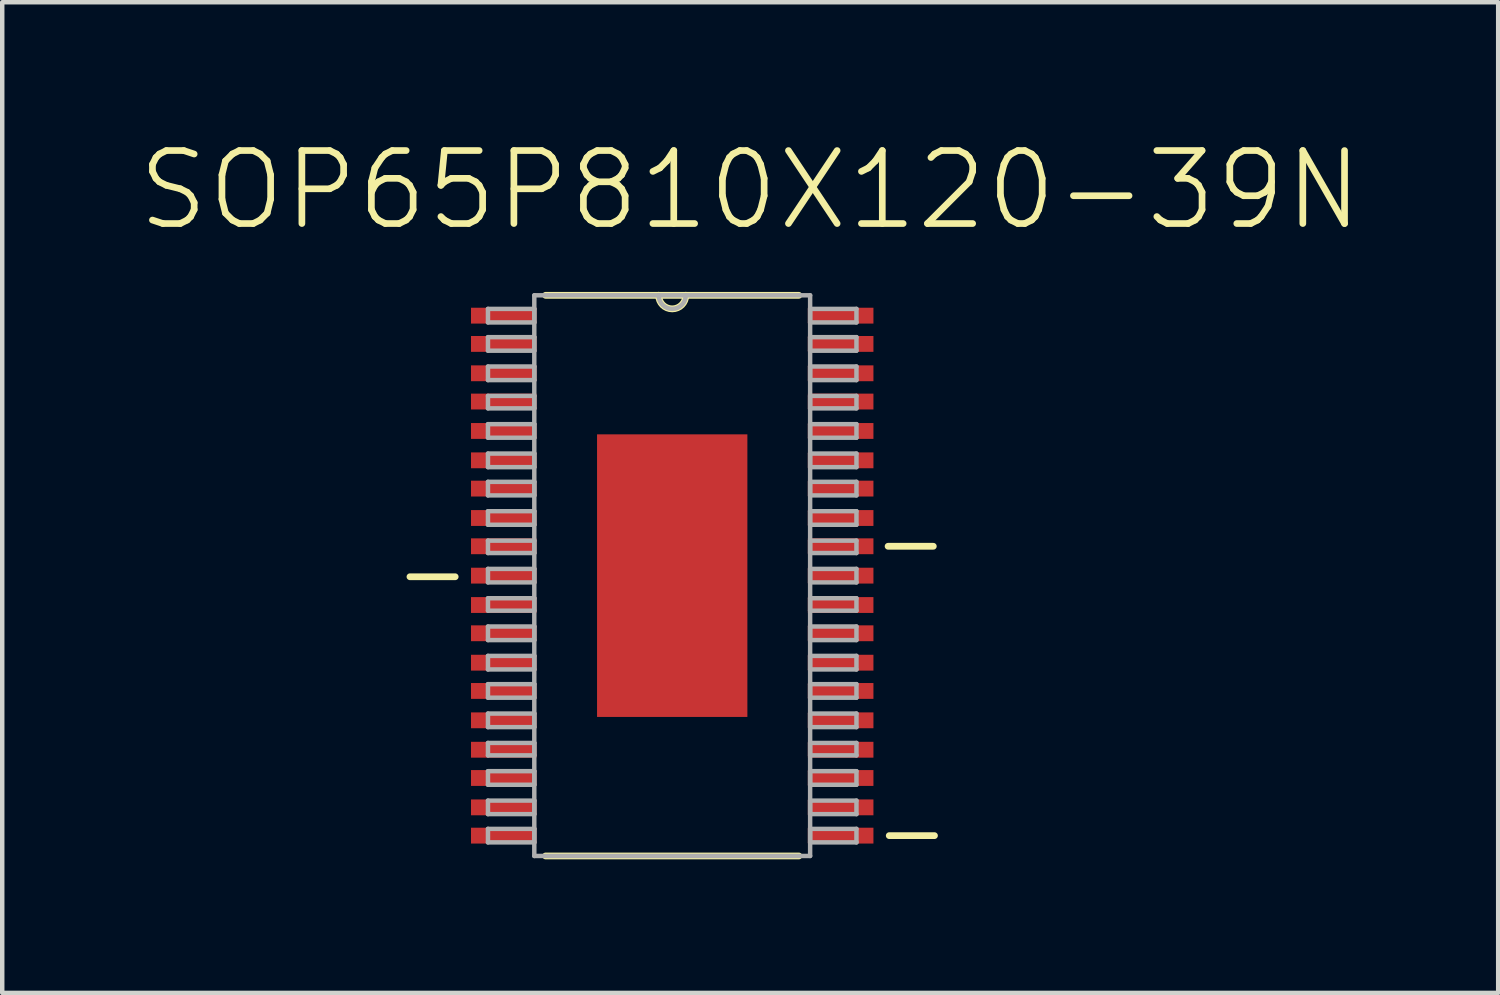
<source format=kicad_pcb>
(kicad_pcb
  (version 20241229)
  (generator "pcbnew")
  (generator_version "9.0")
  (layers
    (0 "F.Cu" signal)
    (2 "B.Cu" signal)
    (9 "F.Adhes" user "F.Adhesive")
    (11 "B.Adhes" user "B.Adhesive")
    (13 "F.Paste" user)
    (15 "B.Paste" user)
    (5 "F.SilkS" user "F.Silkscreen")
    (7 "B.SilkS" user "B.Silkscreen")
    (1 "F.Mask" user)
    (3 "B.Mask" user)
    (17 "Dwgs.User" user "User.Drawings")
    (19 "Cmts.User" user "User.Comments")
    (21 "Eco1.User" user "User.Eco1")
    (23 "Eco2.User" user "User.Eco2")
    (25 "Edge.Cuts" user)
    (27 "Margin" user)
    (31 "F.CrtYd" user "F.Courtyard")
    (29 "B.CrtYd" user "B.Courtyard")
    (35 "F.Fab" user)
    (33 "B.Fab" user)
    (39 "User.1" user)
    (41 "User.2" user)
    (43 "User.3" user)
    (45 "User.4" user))
  (footprint "SOP65P810X120-39N"
    (layer "F.Cu")
    (at 12.055 9.885)
    (property "Reference" "SOP65P810X120-39N" (at 1.753 -8.663 0) (layer "F.SilkS") (effects (font (size 1.64 1.64) (thickness 0.15))))
    (attr through_hole)
    (fp_line (start -4.877 0.025) (end -5.893 0.025) (stroke (width 0.152) (type solid)) (layer "F.SilkS"))
    (fp_line (start -2.845 6.299) (end 2.845 6.299) (stroke (width 0.152) (type solid)) (layer "F.SilkS"))
    (fp_line (start -0.305 -6.299) (end -2.845 -6.299) (stroke (width 0.152) (type solid)) (layer "F.SilkS"))
    (fp_line (start 0.305 -6.299) (end -0.305 -6.299) (stroke (width 0.152) (type solid)) (layer "F.SilkS"))
    (fp_line (start 2.845 -6.299) (end 0.305 -6.299) (stroke (width 0.152) (type solid)) (layer "F.SilkS"))
    (fp_line (start 5.867 -0.66) (end 4.851 -0.66) (stroke (width 0.152) (type solid)) (layer "F.SilkS"))
    (fp_line (start 5.893 5.842) (end 4.877 5.842) (stroke (width 0.152) (type solid)) (layer "F.SilkS"))
    (fp_arc (start 0.3048 -6.2992) (mid 0 -5.9944) (end -0.3048 -6.2992) (stroke (width 0.1524) (type solid)) (layer "F.SilkS"))
    (fp_line (start -4.14 -5.994) (end -4.14 -5.69) (stroke (width 0.1) (type solid)) (layer "F.Fab"))
    (fp_line (start -4.14 -5.69) (end -3.099 -5.69) (stroke (width 0.1) (type solid)) (layer "F.Fab"))
    (fp_line (start -4.14 -5.359) (end -4.14 -5.055) (stroke (width 0.1) (type solid)) (layer "F.Fab"))
    (fp_line (start -4.14 -5.055) (end -3.099 -5.055) (stroke (width 0.1) (type solid)) (layer "F.Fab"))
    (fp_line (start -4.14 -4.699) (end -4.14 -4.394) (stroke (width 0.1) (type solid)) (layer "F.Fab"))
    (fp_line (start -4.14 -4.394) (end -3.099 -4.394) (stroke (width 0.1) (type solid)) (layer "F.Fab"))
    (fp_line (start -4.14 -4.039) (end -4.14 -3.759) (stroke (width 0.1) (type solid)) (layer "F.Fab"))
    (fp_line (start -4.14 -3.759) (end -3.099 -3.759) (stroke (width 0.1) (type solid)) (layer "F.Fab"))
    (fp_line (start -4.14 -3.404) (end -4.14 -3.099) (stroke (width 0.1) (type solid)) (layer "F.Fab"))
    (fp_line (start -4.14 -3.099) (end -3.099 -3.099) (stroke (width 0.1) (type solid)) (layer "F.Fab"))
    (fp_line (start -4.14 -2.743) (end -4.14 -2.438) (stroke (width 0.1) (type solid)) (layer "F.Fab"))
    (fp_line (start -4.14 -2.438) (end -3.099 -2.438) (stroke (width 0.1) (type solid)) (layer "F.Fab"))
    (fp_line (start -4.14 -2.108) (end -4.14 -1.803) (stroke (width 0.1) (type solid)) (layer "F.Fab"))
    (fp_line (start -4.14 -1.803) (end -3.099 -1.803) (stroke (width 0.1) (type solid)) (layer "F.Fab"))
    (fp_line (start -4.14 -1.448) (end -4.14 -1.143) (stroke (width 0.1) (type solid)) (layer "F.Fab"))
    (fp_line (start -4.14 -1.143) (end -3.099 -1.143) (stroke (width 0.1) (type solid)) (layer "F.Fab"))
    (fp_line (start -4.14 -0.787) (end -4.14 -0.508) (stroke (width 0.1) (type solid)) (layer "F.Fab"))
    (fp_line (start -4.14 -0.508) (end -3.099 -0.508) (stroke (width 0.1) (type solid)) (layer "F.Fab"))
    (fp_line (start -4.14 -0.152) (end -4.14 0.152) (stroke (width 0.1) (type solid)) (layer "F.Fab"))
    (fp_line (start -4.14 0.152) (end -3.099 0.152) (stroke (width 0.1) (type solid)) (layer "F.Fab"))
    (fp_line (start -4.14 0.508) (end -4.14 0.787) (stroke (width 0.1) (type solid)) (layer "F.Fab"))
    (fp_line (start -4.14 0.787) (end -3.099 0.787) (stroke (width 0.1) (type solid)) (layer "F.Fab"))
    (fp_line (start -4.14 1.143) (end -4.14 1.448) (stroke (width 0.1) (type solid)) (layer "F.Fab"))
    (fp_line (start -4.14 1.448) (end -3.099 1.448) (stroke (width 0.1) (type solid)) (layer "F.Fab"))
    (fp_line (start -4.14 1.803) (end -4.14 2.108) (stroke (width 0.1) (type solid)) (layer "F.Fab"))
    (fp_line (start -4.14 2.108) (end -3.099 2.108) (stroke (width 0.1) (type solid)) (layer "F.Fab"))
    (fp_line (start -4.14 2.438) (end -4.14 2.743) (stroke (width 0.1) (type solid)) (layer "F.Fab"))
    (fp_line (start -4.14 2.743) (end -3.099 2.743) (stroke (width 0.1) (type solid)) (layer "F.Fab"))
    (fp_line (start -4.14 3.099) (end -4.14 3.404) (stroke (width 0.1) (type solid)) (layer "F.Fab"))
    (fp_line (start -4.14 3.404) (end -3.099 3.404) (stroke (width 0.1) (type solid)) (layer "F.Fab"))
    (fp_line (start -4.14 3.759) (end -4.14 4.039) (stroke (width 0.1) (type solid)) (layer "F.Fab"))
    (fp_line (start -4.14 4.039) (end -3.099 4.039) (stroke (width 0.1) (type solid)) (layer "F.Fab"))
    (fp_line (start -4.14 4.394) (end -4.14 4.699) (stroke (width 0.1) (type solid)) (layer "F.Fab"))
    (fp_line (start -4.14 4.699) (end -3.099 4.699) (stroke (width 0.1) (type solid)) (layer "F.Fab"))
    (fp_line (start -4.14 5.055) (end -4.14 5.359) (stroke (width 0.1) (type solid)) (layer "F.Fab"))
    (fp_line (start -4.14 5.359) (end -3.099 5.359) (stroke (width 0.1) (type solid)) (layer "F.Fab"))
    (fp_line (start -4.14 5.69) (end -4.14 5.994) (stroke (width 0.1) (type solid)) (layer "F.Fab"))
    (fp_line (start -4.14 5.994) (end -3.099 5.994) (stroke (width 0.1) (type solid)) (layer "F.Fab"))
    (fp_line (start -3.099 -6.299) (end -3.099 6.299) (stroke (width 0.1) (type solid)) (layer "F.Fab"))
    (fp_line (start -3.099 -5.994) (end -4.14 -5.994) (stroke (width 0.1) (type solid)) (layer "F.Fab"))
    (fp_line (start -3.099 -5.69) (end -3.099 -5.994) (stroke (width 0.1) (type solid)) (layer "F.Fab"))
    (fp_line (start -3.099 -5.359) (end -4.14 -5.359) (stroke (width 0.1) (type solid)) (layer "F.Fab"))
    (fp_line (start -3.099 -5.055) (end -3.099 -5.359) (stroke (width 0.1) (type solid)) (layer "F.Fab"))
    (fp_line (start -3.099 -4.699) (end -4.14 -4.699) (stroke (width 0.1) (type solid)) (layer "F.Fab"))
    (fp_line (start -3.099 -4.394) (end -3.099 -4.699) (stroke (width 0.1) (type solid)) (layer "F.Fab"))
    (fp_line (start -3.099 -4.039) (end -4.14 -4.039) (stroke (width 0.1) (type solid)) (layer "F.Fab"))
    (fp_line (start -3.099 -3.759) (end -3.099 -4.039) (stroke (width 0.1) (type solid)) (layer "F.Fab"))
    (fp_line (start -3.099 -3.404) (end -4.14 -3.404) (stroke (width 0.1) (type solid)) (layer "F.Fab"))
    (fp_line (start -3.099 -3.099) (end -3.099 -3.404) (stroke (width 0.1) (type solid)) (layer "F.Fab"))
    (fp_line (start -3.099 -2.743) (end -4.14 -2.743) (stroke (width 0.1) (type solid)) (layer "F.Fab"))
    (fp_line (start -3.099 -2.438) (end -3.099 -2.743) (stroke (width 0.1) (type solid)) (layer "F.Fab"))
    (fp_line (start -3.099 -2.108) (end -4.14 -2.108) (stroke (width 0.1) (type solid)) (layer "F.Fab"))
    (fp_line (start -3.099 -1.803) (end -3.099 -2.108) (stroke (width 0.1) (type solid)) (layer "F.Fab"))
    (fp_line (start -3.099 -1.448) (end -4.14 -1.448) (stroke (width 0.1) (type solid)) (layer "F.Fab"))
    (fp_line (start -3.099 -1.143) (end -3.099 -1.448) (stroke (width 0.1) (type solid)) (layer "F.Fab"))
    (fp_line (start -3.099 -0.787) (end -4.14 -0.787) (stroke (width 0.1) (type solid)) (layer "F.Fab"))
    (fp_line (start -3.099 -0.508) (end -3.099 -0.787) (stroke (width 0.1) (type solid)) (layer "F.Fab"))
    (fp_line (start -3.099 -0.152) (end -4.14 -0.152) (stroke (width 0.1) (type solid)) (layer "F.Fab"))
    (fp_line (start -3.099 0.152) (end -3.099 -0.152) (stroke (width 0.1) (type solid)) (layer "F.Fab"))
    (fp_line (start -3.099 0.508) (end -4.14 0.508) (stroke (width 0.1) (type solid)) (layer "F.Fab"))
    (fp_line (start -3.099 0.787) (end -3.099 0.508) (stroke (width 0.1) (type solid)) (layer "F.Fab"))
    (fp_line (start -3.099 1.143) (end -4.14 1.143) (stroke (width 0.1) (type solid)) (layer "F.Fab"))
    (fp_line (start -3.099 1.448) (end -3.099 1.143) (stroke (width 0.1) (type solid)) (layer "F.Fab"))
    (fp_line (start -3.099 1.803) (end -4.14 1.803) (stroke (width 0.1) (type solid)) (layer "F.Fab"))
    (fp_line (start -3.099 2.108) (end -3.099 1.803) (stroke (width 0.1) (type solid)) (layer "F.Fab"))
    (fp_line (start -3.099 2.438) (end -4.14 2.438) (stroke (width 0.1) (type solid)) (layer "F.Fab"))
    (fp_line (start -3.099 2.743) (end -3.099 2.438) (stroke (width 0.1) (type solid)) (layer "F.Fab"))
    (fp_line (start -3.099 3.099) (end -4.14 3.099) (stroke (width 0.1) (type solid)) (layer "F.Fab"))
    (fp_line (start -3.099 3.404) (end -3.099 3.099) (stroke (width 0.1) (type solid)) (layer "F.Fab"))
    (fp_line (start -3.099 3.759) (end -4.14 3.759) (stroke (width 0.1) (type solid)) (layer "F.Fab"))
    (fp_line (start -3.099 4.039) (end -3.099 3.759) (stroke (width 0.1) (type solid)) (layer "F.Fab"))
    (fp_line (start -3.099 4.394) (end -4.14 4.394) (stroke (width 0.1) (type solid)) (layer "F.Fab"))
    (fp_line (start -3.099 4.699) (end -3.099 4.394) (stroke (width 0.1) (type solid)) (layer "F.Fab"))
    (fp_line (start -3.099 5.055) (end -4.14 5.055) (stroke (width 0.1) (type solid)) (layer "F.Fab"))
    (fp_line (start -3.099 5.359) (end -3.099 5.055) (stroke (width 0.1) (type solid)) (layer "F.Fab"))
    (fp_line (start -3.099 5.69) (end -4.14 5.69) (stroke (width 0.1) (type solid)) (layer "F.Fab"))
    (fp_line (start -3.099 5.994) (end -3.099 5.69) (stroke (width 0.1) (type solid)) (layer "F.Fab"))
    (fp_line (start -3.099 6.299) (end 3.099 6.299) (stroke (width 0.1) (type solid)) (layer "F.Fab"))
    (fp_line (start -0.305 -6.299) (end -3.099 -6.299) (stroke (width 0.1) (type solid)) (layer "F.Fab"))
    (fp_line (start 0.305 -6.299) (end -0.305 -6.299) (stroke (width 0.1) (type solid)) (layer "F.Fab"))
    (fp_line (start 3.099 -6.299) (end 0.305 -6.299) (stroke (width 0.1) (type solid)) (layer "F.Fab"))
    (fp_line (start 3.099 -5.994) (end 3.099 -5.69) (stroke (width 0.1) (type solid)) (layer "F.Fab"))
    (fp_line (start 3.099 -5.69) (end 4.14 -5.69) (stroke (width 0.1) (type solid)) (layer "F.Fab"))
    (fp_line (start 3.099 -5.359) (end 3.099 -5.055) (stroke (width 0.1) (type solid)) (layer "F.Fab"))
    (fp_line (start 3.099 -5.055) (end 4.14 -5.055) (stroke (width 0.1) (type solid)) (layer "F.Fab"))
    (fp_line (start 3.099 -4.699) (end 3.099 -4.394) (stroke (width 0.1) (type solid)) (layer "F.Fab"))
    (fp_line (start 3.099 -4.394) (end 4.14 -4.394) (stroke (width 0.1) (type solid)) (layer "F.Fab"))
    (fp_line (start 3.099 -4.039) (end 3.099 -3.759) (stroke (width 0.1) (type solid)) (layer "F.Fab"))
    (fp_line (start 3.099 -3.759) (end 4.14 -3.759) (stroke (width 0.1) (type solid)) (layer "F.Fab"))
    (fp_line (start 3.099 -3.404) (end 3.099 -3.099) (stroke (width 0.1) (type solid)) (layer "F.Fab"))
    (fp_line (start 3.099 -3.099) (end 4.14 -3.099) (stroke (width 0.1) (type solid)) (layer "F.Fab"))
    (fp_line (start 3.099 -2.743) (end 3.099 -2.438) (stroke (width 0.1) (type solid)) (layer "F.Fab"))
    (fp_line (start 3.099 -2.438) (end 4.14 -2.438) (stroke (width 0.1) (type solid)) (layer "F.Fab"))
    (fp_line (start 3.099 -2.108) (end 3.099 -1.803) (stroke (width 0.1) (type solid)) (layer "F.Fab"))
    (fp_line (start 3.099 -1.803) (end 4.14 -1.803) (stroke (width 0.1) (type solid)) (layer "F.Fab"))
    (fp_line (start 3.099 -1.448) (end 3.099 -1.143) (stroke (width 0.1) (type solid)) (layer "F.Fab"))
    (fp_line (start 3.099 -1.143) (end 4.14 -1.143) (stroke (width 0.1) (type solid)) (layer "F.Fab"))
    (fp_line (start 3.099 -0.787) (end 3.099 -0.508) (stroke (width 0.1) (type solid)) (layer "F.Fab"))
    (fp_line (start 3.099 -0.508) (end 4.14 -0.508) (stroke (width 0.1) (type solid)) (layer "F.Fab"))
    (fp_line (start 3.099 -0.152) (end 3.099 0.152) (stroke (width 0.1) (type solid)) (layer "F.Fab"))
    (fp_line (start 3.099 0.152) (end 4.14 0.152) (stroke (width 0.1) (type solid)) (layer "F.Fab"))
    (fp_line (start 3.099 0.508) (end 3.099 0.787) (stroke (width 0.1) (type solid)) (layer "F.Fab"))
    (fp_line (start 3.099 0.787) (end 4.14 0.787) (stroke (width 0.1) (type solid)) (layer "F.Fab"))
    (fp_line (start 3.099 1.143) (end 3.099 1.448) (stroke (width 0.1) (type solid)) (layer "F.Fab"))
    (fp_line (start 3.099 1.448) (end 4.14 1.448) (stroke (width 0.1) (type solid)) (layer "F.Fab"))
    (fp_line (start 3.099 1.803) (end 3.099 2.108) (stroke (width 0.1) (type solid)) (layer "F.Fab"))
    (fp_line (start 3.099 2.108) (end 4.14 2.108) (stroke (width 0.1) (type solid)) (layer "F.Fab"))
    (fp_line (start 3.099 2.438) (end 3.099 2.743) (stroke (width 0.1) (type solid)) (layer "F.Fab"))
    (fp_line (start 3.099 2.743) (end 4.14 2.743) (stroke (width 0.1) (type solid)) (layer "F.Fab"))
    (fp_line (start 3.099 3.099) (end 3.099 3.404) (stroke (width 0.1) (type solid)) (layer "F.Fab"))
    (fp_line (start 3.099 3.404) (end 4.14 3.404) (stroke (width 0.1) (type solid)) (layer "F.Fab"))
    (fp_line (start 3.099 3.759) (end 3.099 4.039) (stroke (width 0.1) (type solid)) (layer "F.Fab"))
    (fp_line (start 3.099 4.039) (end 4.14 4.039) (stroke (width 0.1) (type solid)) (layer "F.Fab"))
    (fp_line (start 3.099 4.394) (end 3.099 4.699) (stroke (width 0.1) (type solid)) (layer "F.Fab"))
    (fp_line (start 3.099 4.699) (end 4.14 4.699) (stroke (width 0.1) (type solid)) (layer "F.Fab"))
    (fp_line (start 3.099 5.055) (end 3.099 5.359) (stroke (width 0.1) (type solid)) (layer "F.Fab"))
    (fp_line (start 3.099 5.359) (end 4.14 5.359) (stroke (width 0.1) (type solid)) (layer "F.Fab"))
    (fp_line (start 3.099 5.69) (end 3.099 5.994) (stroke (width 0.1) (type solid)) (layer "F.Fab"))
    (fp_line (start 3.099 5.994) (end 4.14 5.994) (stroke (width 0.1) (type solid)) (layer "F.Fab"))
    (fp_line (start 3.099 6.299) (end 3.099 -6.299) (stroke (width 0.1) (type solid)) (layer "F.Fab"))
    (fp_line (start 4.14 -5.994) (end 3.099 -5.994) (stroke (width 0.1) (type solid)) (layer "F.Fab"))
    (fp_line (start 4.14 -5.69) (end 4.14 -5.994) (stroke (width 0.1) (type solid)) (layer "F.Fab"))
    (fp_line (start 4.14 -5.359) (end 3.099 -5.359) (stroke (width 0.1) (type solid)) (layer "F.Fab"))
    (fp_line (start 4.14 -5.055) (end 4.14 -5.359) (stroke (width 0.1) (type solid)) (layer "F.Fab"))
    (fp_line (start 4.14 -4.699) (end 3.099 -4.699) (stroke (width 0.1) (type solid)) (layer "F.Fab"))
    (fp_line (start 4.14 -4.394) (end 4.14 -4.699) (stroke (width 0.1) (type solid)) (layer "F.Fab"))
    (fp_line (start 4.14 -4.039) (end 3.099 -4.039) (stroke (width 0.1) (type solid)) (layer "F.Fab"))
    (fp_line (start 4.14 -3.759) (end 4.14 -4.039) (stroke (width 0.1) (type solid)) (layer "F.Fab"))
    (fp_line (start 4.14 -3.404) (end 3.099 -3.404) (stroke (width 0.1) (type solid)) (layer "F.Fab"))
    (fp_line (start 4.14 -3.099) (end 4.14 -3.404) (stroke (width 0.1) (type solid)) (layer "F.Fab"))
    (fp_line (start 4.14 -2.743) (end 3.099 -2.743) (stroke (width 0.1) (type solid)) (layer "F.Fab"))
    (fp_line (start 4.14 -2.438) (end 4.14 -2.743) (stroke (width 0.1) (type solid)) (layer "F.Fab"))
    (fp_line (start 4.14 -2.108) (end 3.099 -2.108) (stroke (width 0.1) (type solid)) (layer "F.Fab"))
    (fp_line (start 4.14 -1.803) (end 4.14 -2.108) (stroke (width 0.1) (type solid)) (layer "F.Fab"))
    (fp_line (start 4.14 -1.448) (end 3.099 -1.448) (stroke (width 0.1) (type solid)) (layer "F.Fab"))
    (fp_line (start 4.14 -1.143) (end 4.14 -1.448) (stroke (width 0.1) (type solid)) (layer "F.Fab"))
    (fp_line (start 4.14 -0.787) (end 3.099 -0.787) (stroke (width 0.1) (type solid)) (layer "F.Fab"))
    (fp_line (start 4.14 -0.508) (end 4.14 -0.787) (stroke (width 0.1) (type solid)) (layer "F.Fab"))
    (fp_line (start 4.14 -0.152) (end 3.099 -0.152) (stroke (width 0.1) (type solid)) (layer "F.Fab"))
    (fp_line (start 4.14 0.152) (end 4.14 -0.152) (stroke (width 0.1) (type solid)) (layer "F.Fab"))
    (fp_line (start 4.14 0.508) (end 3.099 0.508) (stroke (width 0.1) (type solid)) (layer "F.Fab"))
    (fp_line (start 4.14 0.787) (end 4.14 0.508) (stroke (width 0.1) (type solid)) (layer "F.Fab"))
    (fp_line (start 4.14 1.143) (end 3.099 1.143) (stroke (width 0.1) (type solid)) (layer "F.Fab"))
    (fp_line (start 4.14 1.448) (end 4.14 1.143) (stroke (width 0.1) (type solid)) (layer "F.Fab"))
    (fp_line (start 4.14 1.803) (end 3.099 1.803) (stroke (width 0.1) (type solid)) (layer "F.Fab"))
    (fp_line (start 4.14 2.108) (end 4.14 1.803) (stroke (width 0.1) (type solid)) (layer "F.Fab"))
    (fp_line (start 4.14 2.438) (end 3.099 2.438) (stroke (width 0.1) (type solid)) (layer "F.Fab"))
    (fp_line (start 4.14 2.743) (end 4.14 2.438) (stroke (width 0.1) (type solid)) (layer "F.Fab"))
    (fp_line (start 4.14 3.099) (end 3.099 3.099) (stroke (width 0.1) (type solid)) (layer "F.Fab"))
    (fp_line (start 4.14 3.404) (end 4.14 3.099) (stroke (width 0.1) (type solid)) (layer "F.Fab"))
    (fp_line (start 4.14 3.759) (end 3.099 3.759) (stroke (width 0.1) (type solid)) (layer "F.Fab"))
    (fp_line (start 4.14 4.039) (end 4.14 3.759) (stroke (width 0.1) (type solid)) (layer "F.Fab"))
    (fp_line (start 4.14 4.394) (end 3.099 4.394) (stroke (width 0.1) (type solid)) (layer "F.Fab"))
    (fp_line (start 4.14 4.699) (end 4.14 4.394) (stroke (width 0.1) (type solid)) (layer "F.Fab"))
    (fp_line (start 4.14 5.055) (end 3.099 5.055) (stroke (width 0.1) (type solid)) (layer "F.Fab"))
    (fp_line (start 4.14 5.359) (end 4.14 5.055) (stroke (width 0.1) (type solid)) (layer "F.Fab"))
    (fp_line (start 4.14 5.69) (end 3.099 5.69) (stroke (width 0.1) (type solid)) (layer "F.Fab"))
    (fp_line (start 4.14 5.994) (end 4.14 5.69) (stroke (width 0.1) (type solid)) (layer "F.Fab"))
    (fp_arc (start 0.3048 -6.2992) (mid 0 -5.9944) (end -0.3048 -6.2992) (stroke (width 0.1) (type solid)) (layer "F.Fab"))
    (pad "1" smd rect (at -3.785 -5.842) (size 1.473 0.356) (layers "F.Cu" "F.Mask" "F.Paste"))
    (pad "2" smd rect (at -3.785 -5.207) (size 1.473 0.356) (layers "F.Cu" "F.Mask" "F.Paste"))
    (pad "3" smd rect (at -3.785 -4.547) (size 1.473 0.356) (layers "F.Cu" "F.Mask" "F.Paste"))
    (pad "4" smd rect (at -3.785 -3.912) (size 1.473 0.356) (layers "F.Cu" "F.Mask" "F.Paste"))
    (pad "5" smd rect (at -3.785 -3.251) (size 1.473 0.356) (layers "F.Cu" "F.Mask" "F.Paste"))
    (pad "6" smd rect (at -3.785 -2.591) (size 1.473 0.356) (layers "F.Cu" "F.Mask" "F.Paste"))
    (pad "7" smd rect (at -3.785 -1.956) (size 1.473 0.356) (layers "F.Cu" "F.Mask" "F.Paste"))
    (pad "8" smd rect (at -3.785 -1.295) (size 1.473 0.356) (layers "F.Cu" "F.Mask" "F.Paste"))
    (pad "9" smd rect (at -3.785 -0.66) (size 1.473 0.356) (layers "F.Cu" "F.Mask" "F.Paste"))
    (pad "10" smd rect (at -3.785 0) (size 1.473 0.356) (layers "F.Cu" "F.Mask" "F.Paste"))
    (pad "11" smd rect (at -3.785 0.66) (size 1.473 0.356) (layers "F.Cu" "F.Mask" "F.Paste"))
    (pad "12" smd rect (at -3.785 1.295) (size 1.473 0.356) (layers "F.Cu" "F.Mask" "F.Paste"))
    (pad "13" smd rect (at -3.785 1.956) (size 1.473 0.356) (layers "F.Cu" "F.Mask" "F.Paste"))
    (pad "14" smd rect (at -3.785 2.591) (size 1.473 0.356) (layers "F.Cu" "F.Mask" "F.Paste"))
    (pad "15" smd rect (at -3.785 3.251) (size 1.473 0.356) (layers "F.Cu" "F.Mask" "F.Paste"))
    (pad "16" smd rect (at -3.785 3.912) (size 1.473 0.356) (layers "F.Cu" "F.Mask" "F.Paste"))
    (pad "17" smd rect (at -3.785 4.547) (size 1.473 0.356) (layers "F.Cu" "F.Mask" "F.Paste"))
    (pad "18" smd rect (at -3.785 5.207) (size 1.473 0.356) (layers "F.Cu" "F.Mask" "F.Paste"))
    (pad "19" smd rect (at -3.785 5.842) (size 1.473 0.356) (layers "F.Cu" "F.Mask" "F.Paste"))
    (pad "20" smd rect (at 3.785 5.842) (size 1.473 0.356) (layers "F.Cu" "F.Mask" "F.Paste"))
    (pad "21" smd rect (at 3.785 5.207) (size 1.473 0.356) (layers "F.Cu" "F.Mask" "F.Paste"))
    (pad "22" smd rect (at 3.785 4.547) (size 1.473 0.356) (layers "F.Cu" "F.Mask" "F.Paste"))
    (pad "23" smd rect (at 3.785 3.912) (size 1.473 0.356) (layers "F.Cu" "F.Mask" "F.Paste"))
    (pad "24" smd rect (at 3.785 3.251) (size 1.473 0.356) (layers "F.Cu" "F.Mask" "F.Paste"))
    (pad "25" smd rect (at 3.785 2.591) (size 1.473 0.356) (layers "F.Cu" "F.Mask" "F.Paste"))
    (pad "26" smd rect (at 3.785 1.956) (size 1.473 0.356) (layers "F.Cu" "F.Mask" "F.Paste"))
    (pad "27" smd rect (at 3.785 1.295) (size 1.473 0.356) (layers "F.Cu" "F.Mask" "F.Paste"))
    (pad "28" smd rect (at 3.785 0.66) (size 1.473 0.356) (layers "F.Cu" "F.Mask" "F.Paste"))
    (pad "29" smd rect (at 3.785 0) (size 1.473 0.356) (layers "F.Cu" "F.Mask" "F.Paste"))
    (pad "30" smd rect (at 3.785 -0.66) (size 1.473 0.356) (layers "F.Cu" "F.Mask" "F.Paste"))
    (pad "31" smd rect (at 3.785 -1.295) (size 1.473 0.356) (layers "F.Cu" "F.Mask" "F.Paste"))
    (pad "32" smd rect (at 3.785 -1.956) (size 1.473 0.356) (layers "F.Cu" "F.Mask" "F.Paste"))
    (pad "33" smd rect (at 3.785 -2.591) (size 1.473 0.356) (layers "F.Cu" "F.Mask" "F.Paste"))
    (pad "34" smd rect (at 3.785 -3.251) (size 1.473 0.356) (layers "F.Cu" "F.Mask" "F.Paste"))
    (pad "35" smd rect (at 3.785 -3.912) (size 1.473 0.356) (layers "F.Cu" "F.Mask" "F.Paste"))
    (pad "36" smd rect (at 3.785 -4.547) (size 1.473 0.356) (layers "F.Cu" "F.Mask" "F.Paste"))
    (pad "37" smd rect (at 3.785 -5.207) (size 1.473 0.356) (layers "F.Cu" "F.Mask" "F.Paste"))
    (pad "38" smd rect (at 3.785 -5.842) (size 1.473 0.356) (layers "F.Cu" "F.Mask" "F.Paste"))
    (pad "39" smd rect (at 0 0) (size 3.378 6.35) (layers "F.Cu" "F.Mask" "F.Paste")))
  (gr_rect
    (start -3 -3)
    (end 30.615 19.261)
    (stroke (width 0.1) (type default))
    (fill no)
    (layer "Edge.Cuts")))
</source>
